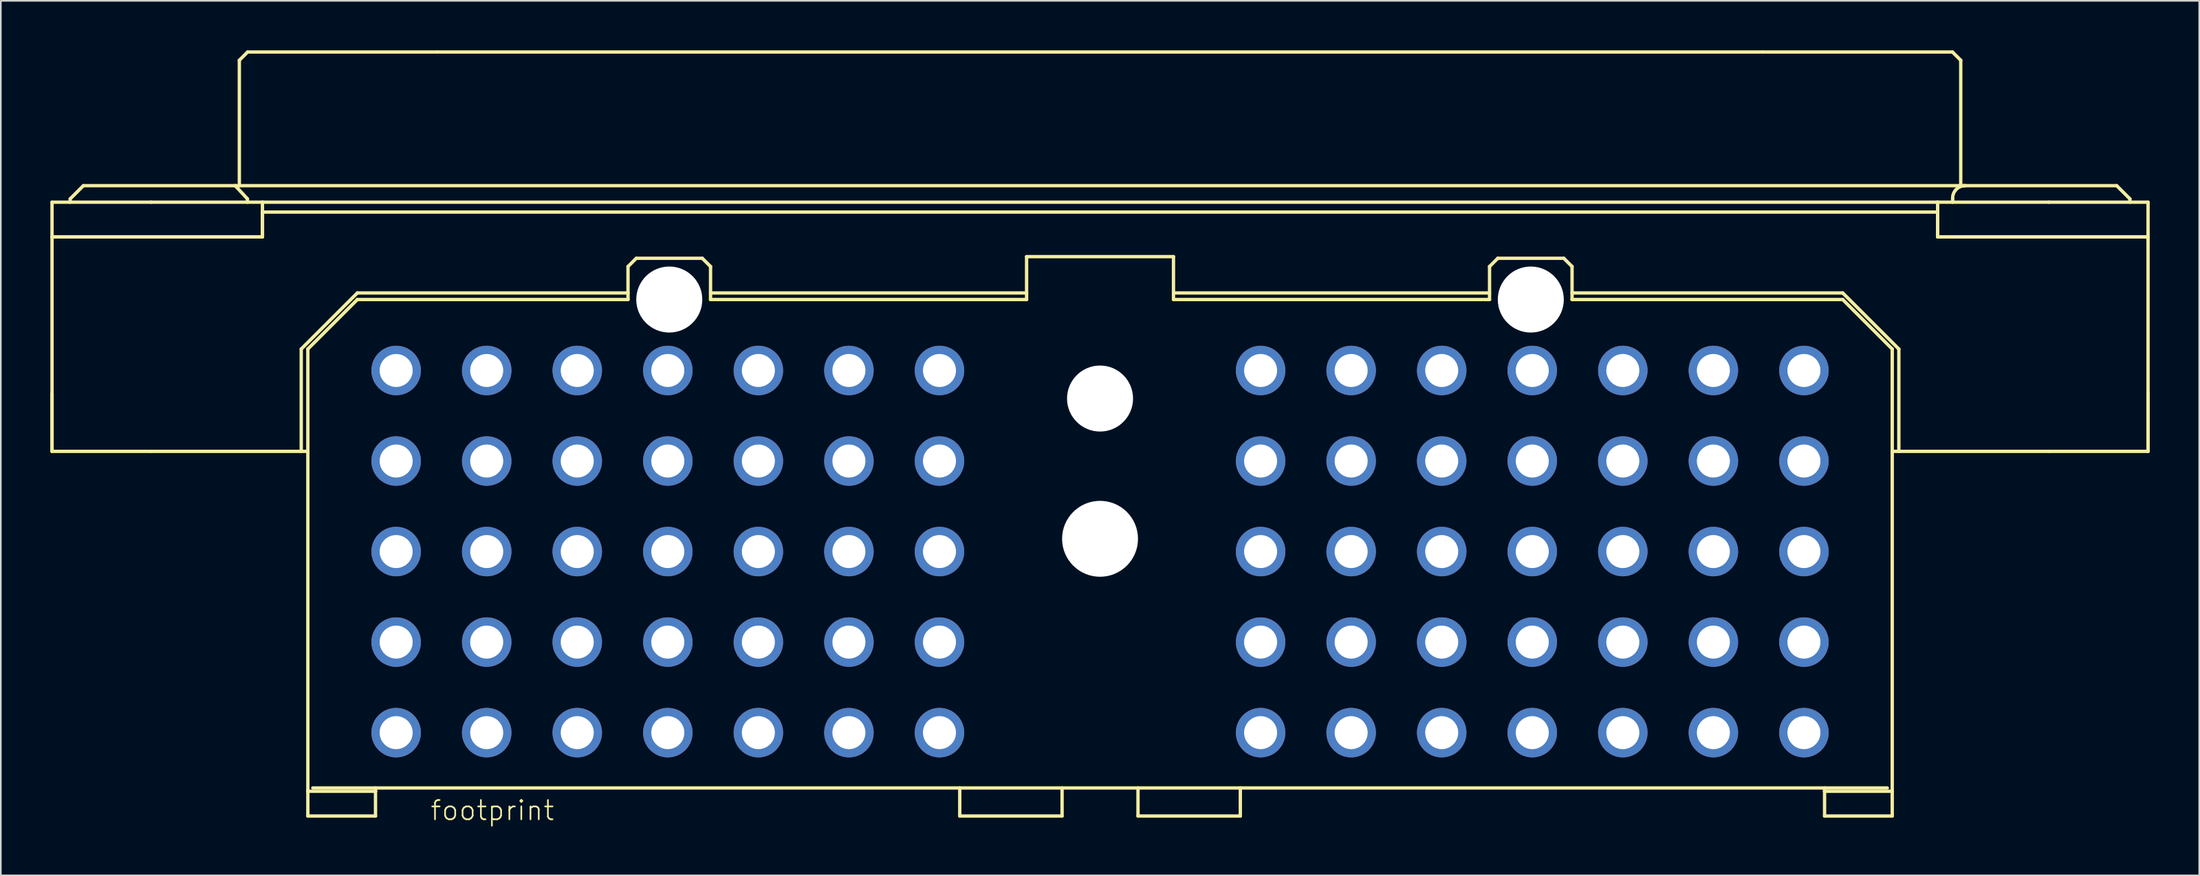
<source format=kicad_pcb>
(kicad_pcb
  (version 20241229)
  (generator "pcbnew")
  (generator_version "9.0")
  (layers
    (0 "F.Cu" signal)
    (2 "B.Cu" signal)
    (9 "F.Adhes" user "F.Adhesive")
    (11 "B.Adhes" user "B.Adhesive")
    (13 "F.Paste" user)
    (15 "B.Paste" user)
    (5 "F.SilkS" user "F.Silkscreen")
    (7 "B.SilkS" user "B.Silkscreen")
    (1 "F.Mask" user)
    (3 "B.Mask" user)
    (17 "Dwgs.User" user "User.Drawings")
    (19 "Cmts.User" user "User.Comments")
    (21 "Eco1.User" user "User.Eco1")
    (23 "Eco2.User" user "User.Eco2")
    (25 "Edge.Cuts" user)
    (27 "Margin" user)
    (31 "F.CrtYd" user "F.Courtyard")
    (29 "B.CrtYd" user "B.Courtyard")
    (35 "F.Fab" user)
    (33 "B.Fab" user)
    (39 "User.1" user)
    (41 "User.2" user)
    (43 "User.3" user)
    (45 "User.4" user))
  (footprint "footprint"
    (layer "F.Cu")
    (at 63.602 29.602)
    (property "Reference" "footprint" (at -40.64 17.145 0) (layer "F.SilkS") (effects (font (size 1.168 1.168) (thickness 0.102)) (justify left bottom)))
    (fp_line (start -63.5 -20.4) (end -63.5 -18.3) (stroke (width 0.203) (type solid)) (layer "F.SilkS"))
    (fp_line (start -63.5 -18.3) (end -57.5 -18.3) (stroke (width 0.203) (type solid)) (layer "F.SilkS"))
    (fp_line (start -63.5 -5.3) (end -63.5 -18.3) (stroke (width 0.203) (type solid)) (layer "F.SilkS"))
    (fp_line (start -63.5 -5.3) (end -63.5 -8.8) (stroke (width 0.203) (type solid)) (layer "F.SilkS"))
    (fp_line (start -63.5 -5.3) (end -57.5 -5.3) (stroke (width 0.203) (type solid)) (layer "F.SilkS"))
    (fp_line (start -62.4 -20.6) (end -61.6 -21.4) (stroke (width 0.203) (type solid)) (layer "F.SilkS"))
    (fp_line (start -62.4 -20.4) (end -62.4 -20.6) (stroke (width 0.203) (type solid)) (layer "F.SilkS"))
    (fp_line (start -57.5 -20.4) (end -63.5 -20.4) (stroke (width 0.203) (type solid)) (layer "F.SilkS"))
    (fp_line (start -57.5 -18.3) (end -63.5 -18.3) (stroke (width 0.203) (type solid)) (layer "F.SilkS"))
    (fp_line (start -57.5 -18.3) (end -50.75 -18.3) (stroke (width 0.203) (type solid)) (layer "F.SilkS"))
    (fp_line (start -57.5 -5.3) (end -48.4 -5.3) (stroke (width 0.203) (type solid)) (layer "F.SilkS"))
    (fp_line (start -52.4 -21.4) (end -61.6 -21.4) (stroke (width 0.203) (type solid)) (layer "F.SilkS"))
    (fp_line (start -52.4 -21.4) (end -51.66 -20.6) (stroke (width 0.203) (type solid)) (layer "F.SilkS"))
    (fp_line (start -52.4 -21.4) (end 52.4 -21.4) (stroke (width 0.203) (type solid)) (layer "F.SilkS"))
    (fp_line (start -52.15 -29) (end -51.65 -29.5) (stroke (width 0.203) (type solid)) (layer "F.SilkS"))
    (fp_line (start -52.15 -21.4) (end -52.15 -29) (stroke (width 0.203) (type solid)) (layer "F.SilkS"))
    (fp_line (start -51.66 -20.6) (end -51.66 -20.4) (stroke (width 0.203) (type solid)) (layer "F.SilkS"))
    (fp_line (start -50.75 -20.4) (end -57.5 -20.4) (stroke (width 0.203) (type solid)) (layer "F.SilkS"))
    (fp_line (start -50.75 -20.4) (end -50.75 -18.3) (stroke (width 0.203) (type solid)) (layer "F.SilkS"))
    (fp_line (start -50.75 -19.8) (end -50.75 -18.3) (stroke (width 0.203) (type solid)) (layer "F.SilkS"))
    (fp_line (start -50.75 -18.3) (end -57.5 -18.3) (stroke (width 0.203) (type solid)) (layer "F.SilkS"))
    (fp_line (start -48.4 -11.5) (end -48.4 -5.3) (stroke (width 0.203) (type solid)) (layer "F.SilkS"))
    (fp_line (start -48.4 -11.5) (end -45 -14.9) (stroke (width 0.203) (type solid)) (layer "F.SilkS"))
    (fp_line (start -48.4 -5.3) (end -48 -5.3) (stroke (width 0.203) (type solid)) (layer "F.SilkS"))
    (fp_line (start -48 -11.5) (end -45 -14.5) (stroke (width 0.203) (type solid)) (layer "F.SilkS"))
    (fp_line (start -48 -5.3) (end -48 -11.5) (stroke (width 0.203) (type solid)) (layer "F.SilkS"))
    (fp_line (start -48 15.3) (end -48 -5.3) (stroke (width 0.203) (type solid)) (layer "F.SilkS"))
    (fp_line (start -48 15.3) (end -48 16.8) (stroke (width 0.203) (type solid)) (layer "F.SilkS"))
    (fp_line (start -48 16.8) (end -43.9 16.8) (stroke (width 0.203) (type solid)) (layer "F.SilkS"))
    (fp_line (start -47.7 15.1) (end 47.7 15.1) (stroke (width 0.203) (type solid)) (layer "F.SilkS"))
    (fp_line (start -45 -14.5) (end -28.6 -14.5) (stroke (width 0.203) (type solid)) (layer "F.SilkS"))
    (fp_line (start -43.9 15.1) (end -43.9 15.3) (stroke (width 0.203) (type solid)) (layer "F.SilkS"))
    (fp_line (start -43.9 15.3) (end -48 15.3) (stroke (width 0.203) (type solid)) (layer "F.SilkS"))
    (fp_line (start -43.9 16.8) (end -43.9 15.3) (stroke (width 0.203) (type solid)) (layer "F.SilkS"))
    (fp_line (start -40.15 -29.5) (end -51.65 -29.5) (stroke (width 0.203) (type solid)) (layer "F.SilkS"))
    (fp_line (start -28.6 -16.5) (end -28.1 -17) (stroke (width 0.203) (type solid)) (layer "F.SilkS"))
    (fp_line (start -28.6 -14.9) (end -45 -14.9) (stroke (width 0.203) (type solid)) (layer "F.SilkS"))
    (fp_line (start -28.6 -14.5) (end -28.6 -16.5) (stroke (width 0.203) (type solid)) (layer "F.SilkS"))
    (fp_line (start -28.1 -17) (end -24.1 -17) (stroke (width 0.203) (type solid)) (layer "F.SilkS"))
    (fp_line (start -24.1 -17) (end -23.6 -16.5) (stroke (width 0.203) (type solid)) (layer "F.SilkS"))
    (fp_line (start -23.6 -16.5) (end -23.6 -14.5) (stroke (width 0.203) (type solid)) (layer "F.SilkS"))
    (fp_line (start -23.6 -14.5) (end -4.45 -14.5) (stroke (width 0.203) (type solid)) (layer "F.SilkS"))
    (fp_line (start -8.5 16.8) (end -8.5 15.1) (stroke (width 0.203) (type solid)) (layer "F.SilkS"))
    (fp_line (start -8.5 16.8) (end -2.3 16.8) (stroke (width 0.203) (type solid)) (layer "F.SilkS"))
    (fp_line (start -4.45 -17.1) (end 4.45 -17.1) (stroke (width 0.203) (type solid)) (layer "F.SilkS"))
    (fp_line (start -4.45 -14.9) (end -23.6 -14.9) (stroke (width 0.203) (type solid)) (layer "F.SilkS"))
    (fp_line (start -4.45 -14.9) (end -4.45 -17.1) (stroke (width 0.203) (type solid)) (layer "F.SilkS"))
    (fp_line (start -4.45 -14.5) (end -4.45 -14.9) (stroke (width 0.203) (type solid)) (layer "F.SilkS"))
    (fp_line (start -2.3 15.1) (end -2.3 16.8) (stroke (width 0.203) (type solid)) (layer "F.SilkS"))
    (fp_line (start 2.3 16.8) (end 2.3 15.1) (stroke (width 0.203) (type solid)) (layer "F.SilkS"))
    (fp_line (start 2.3 16.8) (end 8.5 16.8) (stroke (width 0.203) (type solid)) (layer "F.SilkS"))
    (fp_line (start 4.45 -17.1) (end 4.45 -14.9) (stroke (width 0.203) (type solid)) (layer "F.SilkS"))
    (fp_line (start 4.45 -14.9) (end 4.45 -14.5) (stroke (width 0.203) (type solid)) (layer "F.SilkS"))
    (fp_line (start 4.45 -14.5) (end 23.6 -14.5) (stroke (width 0.203) (type solid)) (layer "F.SilkS"))
    (fp_line (start 8.5 15.1) (end 8.5 16.8) (stroke (width 0.203) (type solid)) (layer "F.SilkS"))
    (fp_line (start 23.6 -16.5) (end 24.1 -17) (stroke (width 0.203) (type solid)) (layer "F.SilkS"))
    (fp_line (start 23.6 -14.9) (end 4.45 -14.9) (stroke (width 0.203) (type solid)) (layer "F.SilkS"))
    (fp_line (start 23.6 -14.5) (end 23.6 -16.5) (stroke (width 0.203) (type solid)) (layer "F.SilkS"))
    (fp_line (start 24.1 -17) (end 28.1 -17) (stroke (width 0.203) (type solid)) (layer "F.SilkS"))
    (fp_line (start 28.1 -17) (end 28.6 -16.5) (stroke (width 0.203) (type solid)) (layer "F.SilkS"))
    (fp_line (start 28.6 -16.5) (end 28.6 -14.5) (stroke (width 0.203) (type solid)) (layer "F.SilkS"))
    (fp_line (start 28.6 -14.5) (end 45 -14.5) (stroke (width 0.203) (type solid)) (layer "F.SilkS"))
    (fp_line (start 40.15 -29.5) (end -40.15 -29.5) (stroke (width 0.203) (type solid)) (layer "F.SilkS"))
    (fp_line (start 43.9 15.3) (end 43.9 15.1) (stroke (width 0.203) (type solid)) (layer "F.SilkS"))
    (fp_line (start 43.9 15.3) (end 43.9 16.8) (stroke (width 0.203) (type solid)) (layer "F.SilkS"))
    (fp_line (start 43.9 16.8) (end 48 16.8) (stroke (width 0.203) (type solid)) (layer "F.SilkS"))
    (fp_line (start 45 -14.9) (end 28.6 -14.9) (stroke (width 0.203) (type solid)) (layer "F.SilkS"))
    (fp_line (start 45 -14.9) (end 48.4 -11.5) (stroke (width 0.203) (type solid)) (layer "F.SilkS"))
    (fp_line (start 45 -14.5) (end 48 -11.5) (stroke (width 0.203) (type solid)) (layer "F.SilkS"))
    (fp_line (start 48 -11.5) (end 48 -5.3) (stroke (width 0.203) (type solid)) (layer "F.SilkS"))
    (fp_line (start 48 -5.3) (end 48 15.3) (stroke (width 0.203) (type solid)) (layer "F.SilkS"))
    (fp_line (start 48 -5.3) (end 48.4 -5.3) (stroke (width 0.203) (type solid)) (layer "F.SilkS"))
    (fp_line (start 48 15.3) (end 43.9 15.3) (stroke (width 0.203) (type solid)) (layer "F.SilkS"))
    (fp_line (start 48 16.8) (end 48 15.3) (stroke (width 0.203) (type solid)) (layer "F.SilkS"))
    (fp_line (start 48.4 -5.3) (end 48.4 -11.5) (stroke (width 0.203) (type solid)) (layer "F.SilkS"))
    (fp_line (start 48.4 -5.3) (end 57.5 -5.3) (stroke (width 0.203) (type solid)) (layer "F.SilkS"))
    (fp_line (start 50.75 -20.4) (end -50.75 -20.4) (stroke (width 0.203) (type solid)) (layer "F.SilkS"))
    (fp_line (start 50.75 -20.4) (end 50.75 -18.3) (stroke (width 0.203) (type solid)) (layer "F.SilkS"))
    (fp_line (start 50.75 -19.8) (end -50.75 -19.8) (stroke (width 0.203) (type solid)) (layer "F.SilkS"))
    (fp_line (start 50.75 -19.8) (end 50.75 -18.3) (stroke (width 0.203) (type solid)) (layer "F.SilkS"))
    (fp_line (start 50.75 -18.3) (end 57.5 -18.3) (stroke (width 0.203) (type solid)) (layer "F.SilkS"))
    (fp_line (start 51.65 -29.5) (end 40.15 -29.5) (stroke (width 0.203) (type solid)) (layer "F.SilkS"))
    (fp_line (start 51.65 -29.5) (end 52.15 -29) (stroke (width 0.203) (type solid)) (layer "F.SilkS"))
    (fp_line (start 51.66 -20.6) (end 51.66 -20.4) (stroke (width 0.203) (type solid)) (layer "F.SilkS"))
    (fp_line (start 52.15 -21.4) (end 52.15 -29) (stroke (width 0.203) (type solid)) (layer "F.SilkS"))
    (fp_line (start 57.5 -20.4) (end 50.75 -20.4) (stroke (width 0.203) (type solid)) (layer "F.SilkS"))
    (fp_line (start 57.5 -18.3) (end 50.75 -18.3) (stroke (width 0.203) (type solid)) (layer "F.SilkS"))
    (fp_line (start 57.5 -18.3) (end 63.5 -18.3) (stroke (width 0.203) (type solid)) (layer "F.SilkS"))
    (fp_line (start 57.5 -5.3) (end 63.5 -5.3) (stroke (width 0.203) (type solid)) (layer "F.SilkS"))
    (fp_line (start 61.6 -21.4) (end 52.4 -21.4) (stroke (width 0.203) (type solid)) (layer "F.SilkS"))
    (fp_line (start 61.6 -21.4) (end 62.4 -20.6) (stroke (width 0.203) (type solid)) (layer "F.SilkS"))
    (fp_line (start 62.4 -20.6) (end 62.4 -20.4) (stroke (width 0.203) (type solid)) (layer "F.SilkS"))
    (fp_line (start 63.5 -20.4) (end 57.5 -20.4) (stroke (width 0.203) (type solid)) (layer "F.SilkS"))
    (fp_line (start 63.5 -20.4) (end 63.5 -18.3) (stroke (width 0.203) (type solid)) (layer "F.SilkS"))
    (fp_line (start 63.5 -18.3) (end 57.5 -18.3) (stroke (width 0.203) (type solid)) (layer "F.SilkS"))
    (fp_line (start 63.5 -5.3) (end 63.5 -18.3) (stroke (width 0.203) (type solid)) (layer "F.SilkS"))
    (fp_line (start 63.5 -5.3) (end 63.5 -8.8) (stroke (width 0.203) (type solid)) (layer "F.SilkS"))
    (fp_arc (start 51.6596 -20.6) (mid 51.860414 -21.156767) (end 52.4 -21.4) (stroke (width 0.2032) (type solid)) (layer "F.SilkS"))
    (pad "" np_thru_hole circle (at -26.1 -14.5) (size 4 4) (drill 4) (layers "*.Cu" "*.Mask"))
    (pad "" np_thru_hole circle (at 0 -8.5) (size 4 4) (drill 4) (layers "*.Cu" "*.Mask"))
    (pad "" np_thru_hole circle (at 0 0) (size 4.6 4.6) (drill 4.6) (layers "*.Cu" "*.Mask"))
    (pad "" np_thru_hole circle (at 26.1 -14.5) (size 4 4) (drill 4) (layers "*.Cu" "*.Mask"))
    (pad "1" thru_hole circle (at 42.649 11.747 180) (size 3 3) (drill 2) (layers "*.Cu" "*.Mask"))
    (pad "2" thru_hole circle (at 37.162 11.747 180) (size 3 3) (drill 2) (layers "*.Cu" "*.Mask"))
    (pad "3" thru_hole circle (at 31.676 11.747 180) (size 3 3) (drill 2) (layers "*.Cu" "*.Mask"))
    (pad "4" thru_hole circle (at 26.189 11.747 180) (size 3 3) (drill 2) (layers "*.Cu" "*.Mask"))
    (pad "5" thru_hole circle (at 20.702 11.747 180) (size 3 3) (drill 2) (layers "*.Cu" "*.Mask"))
    (pad "6" thru_hole circle (at 15.216 11.747 180) (size 3 3) (drill 2) (layers "*.Cu" "*.Mask"))
    (pad "7" thru_hole circle (at 9.729 11.747 180) (size 3 3) (drill 2) (layers "*.Cu" "*.Mask"))
    (pad "8" thru_hole circle (at -9.729 11.747 180) (size 3 3) (drill 2) (layers "*.Cu" "*.Mask"))
    (pad "9" thru_hole circle (at -15.216 11.747 180) (size 3 3) (drill 2) (layers "*.Cu" "*.Mask"))
    (pad "10" thru_hole circle (at -20.702 11.747 180) (size 3 3) (drill 2) (layers "*.Cu" "*.Mask"))
    (pad "11" thru_hole circle (at -26.189 11.747 180) (size 3 3) (drill 2) (layers "*.Cu" "*.Mask"))
    (pad "12" thru_hole circle (at -31.676 11.747 180) (size 3 3) (drill 2) (layers "*.Cu" "*.Mask"))
    (pad "13" thru_hole circle (at -37.162 11.747 180) (size 3 3) (drill 2) (layers "*.Cu" "*.Mask"))
    (pad "14" thru_hole circle (at -42.649 11.747 180) (size 3 3) (drill 2) (layers "*.Cu" "*.Mask"))
    (pad "15" thru_hole circle (at 42.649 6.26 180) (size 3 3) (drill 2) (layers "*.Cu" "*.Mask"))
    (pad "16" thru_hole circle (at 37.162 6.26 180) (size 3 3) (drill 2) (layers "*.Cu" "*.Mask"))
    (pad "17" thru_hole circle (at 31.676 6.26 180) (size 3 3) (drill 2) (layers "*.Cu" "*.Mask"))
    (pad "18" thru_hole circle (at 26.189 6.26 180) (size 3 3) (drill 2) (layers "*.Cu" "*.Mask"))
    (pad "19" thru_hole circle (at 20.702 6.26 180) (size 3 3) (drill 2) (layers "*.Cu" "*.Mask"))
    (pad "20" thru_hole circle (at 15.216 6.26 180) (size 3 3) (drill 2) (layers "*.Cu" "*.Mask"))
    (pad "21" thru_hole circle (at 9.729 6.26 180) (size 3 3) (drill 2) (layers "*.Cu" "*.Mask"))
    (pad "22" thru_hole circle (at -9.729 6.26 180) (size 3 3) (drill 2) (layers "*.Cu" "*.Mask"))
    (pad "23" thru_hole circle (at -15.216 6.26 180) (size 3 3) (drill 2) (layers "*.Cu" "*.Mask"))
    (pad "24" thru_hole circle (at -20.702 6.26 180) (size 3 3) (drill 2) (layers "*.Cu" "*.Mask"))
    (pad "25" thru_hole circle (at -26.189 6.26 180) (size 3 3) (drill 2) (layers "*.Cu" "*.Mask"))
    (pad "26" thru_hole circle (at -31.676 6.26 180) (size 3 3) (drill 2) (layers "*.Cu" "*.Mask"))
    (pad "27" thru_hole circle (at -37.162 6.26 180) (size 3 3) (drill 2) (layers "*.Cu" "*.Mask"))
    (pad "28" thru_hole circle (at -42.649 6.26 180) (size 3 3) (drill 2) (layers "*.Cu" "*.Mask"))
    (pad "29" thru_hole circle (at 42.649 0.773 180) (size 3 3) (drill 2) (layers "*.Cu" "*.Mask"))
    (pad "30" thru_hole circle (at 37.162 0.773 180) (size 3 3) (drill 2) (layers "*.Cu" "*.Mask"))
    (pad "31" thru_hole circle (at 31.676 0.773 180) (size 3 3) (drill 2) (layers "*.Cu" "*.Mask"))
    (pad "32" thru_hole circle (at 26.189 0.773 180) (size 3 3) (drill 2) (layers "*.Cu" "*.Mask"))
    (pad "33" thru_hole circle (at 20.702 0.773 180) (size 3 3) (drill 2) (layers "*.Cu" "*.Mask"))
    (pad "34" thru_hole circle (at 15.216 0.773 180) (size 3 3) (drill 2) (layers "*.Cu" "*.Mask"))
    (pad "35" thru_hole circle (at 9.729 0.773 180) (size 3 3) (drill 2) (layers "*.Cu" "*.Mask"))
    (pad "36" thru_hole circle (at -9.729 0.773 180) (size 3 3) (drill 2) (layers "*.Cu" "*.Mask"))
    (pad "37" thru_hole circle (at -15.216 0.773 180) (size 3 3) (drill 2) (layers "*.Cu" "*.Mask"))
    (pad "38" thru_hole circle (at -20.702 0.773 180) (size 3 3) (drill 2) (layers "*.Cu" "*.Mask"))
    (pad "39" thru_hole circle (at -26.189 0.773 180) (size 3 3) (drill 2) (layers "*.Cu" "*.Mask"))
    (pad "40" thru_hole circle (at -31.676 0.773 180) (size 3 3) (drill 2) (layers "*.Cu" "*.Mask"))
    (pad "41" thru_hole circle (at -37.162 0.773 180) (size 3 3) (drill 2) (layers "*.Cu" "*.Mask"))
    (pad "42" thru_hole circle (at -42.649 0.773 180) (size 3 3) (drill 2) (layers "*.Cu" "*.Mask"))
    (pad "43" thru_hole circle (at 42.649 -4.713 180) (size 3 3) (drill 2) (layers "*.Cu" "*.Mask"))
    (pad "44" thru_hole circle (at 37.162 -4.713 180) (size 3 3) (drill 2) (layers "*.Cu" "*.Mask"))
    (pad "45" thru_hole circle (at 31.676 -4.713 180) (size 3 3) (drill 2) (layers "*.Cu" "*.Mask"))
    (pad "46" thru_hole circle (at 26.189 -4.713 180) (size 3 3) (drill 2) (layers "*.Cu" "*.Mask"))
    (pad "47" thru_hole circle (at 20.702 -4.713 180) (size 3 3) (drill 2) (layers "*.Cu" "*.Mask"))
    (pad "48" thru_hole circle (at 15.216 -4.713 180) (size 3 3) (drill 2) (layers "*.Cu" "*.Mask"))
    (pad "49" thru_hole circle (at 9.729 -4.713 180) (size 3 3) (drill 2) (layers "*.Cu" "*.Mask"))
    (pad "50" thru_hole circle (at -9.729 -4.713 180) (size 3 3) (drill 2) (layers "*.Cu" "*.Mask"))
    (pad "51" thru_hole circle (at -15.216 -4.713 180) (size 3 3) (drill 2) (layers "*.Cu" "*.Mask"))
    (pad "52" thru_hole circle (at -20.702 -4.713 180) (size 3 3) (drill 2) (layers "*.Cu" "*.Mask"))
    (pad "53" thru_hole circle (at -26.189 -4.713 180) (size 3 3) (drill 2) (layers "*.Cu" "*.Mask"))
    (pad "54" thru_hole circle (at -31.676 -4.713 180) (size 3 3) (drill 2) (layers "*.Cu" "*.Mask"))
    (pad "55" thru_hole circle (at -37.162 -4.713 180) (size 3 3) (drill 2) (layers "*.Cu" "*.Mask"))
    (pad "56" thru_hole circle (at -42.649 -4.713 180) (size 3 3) (drill 2) (layers "*.Cu" "*.Mask"))
    (pad "57" thru_hole circle (at 42.649 -10.2 180) (size 3 3) (drill 2) (layers "*.Cu" "*.Mask"))
    (pad "58" thru_hole circle (at 37.162 -10.2 180) (size 3 3) (drill 2) (layers "*.Cu" "*.Mask"))
    (pad "59" thru_hole circle (at 31.676 -10.2 180) (size 3 3) (drill 2) (layers "*.Cu" "*.Mask"))
    (pad "60" thru_hole circle (at 26.189 -10.2 180) (size 3 3) (drill 2) (layers "*.Cu" "*.Mask"))
    (pad "61" thru_hole circle (at 20.702 -10.2 180) (size 3 3) (drill 2) (layers "*.Cu" "*.Mask"))
    (pad "62" thru_hole circle (at 15.216 -10.2 180) (size 3 3) (drill 2) (layers "*.Cu" "*.Mask"))
    (pad "63" thru_hole circle (at 9.729 -10.2 180) (size 3 3) (drill 2) (layers "*.Cu" "*.Mask"))
    (pad "64" thru_hole circle (at -9.729 -10.2 180) (size 3 3) (drill 2) (layers "*.Cu" "*.Mask"))
    (pad "65" thru_hole circle (at -15.216 -10.2 180) (size 3 3) (drill 2) (layers "*.Cu" "*.Mask"))
    (pad "66" thru_hole circle (at -20.702 -10.2 180) (size 3 3) (drill 2) (layers "*.Cu" "*.Mask"))
    (pad "67" thru_hole circle (at -26.189 -10.2 180) (size 3 3) (drill 2) (layers "*.Cu" "*.Mask"))
    (pad "68" thru_hole circle (at -31.676 -10.2 180) (size 3 3) (drill 2) (layers "*.Cu" "*.Mask"))
    (pad "69" thru_hole circle (at -37.162 -10.2 180) (size 3 3) (drill 2) (layers "*.Cu" "*.Mask"))
    (pad "70" thru_hole circle (at -42.649 -10.2 180) (size 3 3) (drill 2) (layers "*.Cu" "*.Mask")))
  (gr_rect
    (start -3 -3)
    (end 130.203 49.997)
    (stroke (width 0.1) (type default))
    (fill no)
    (layer "Edge.Cuts")))
</source>
